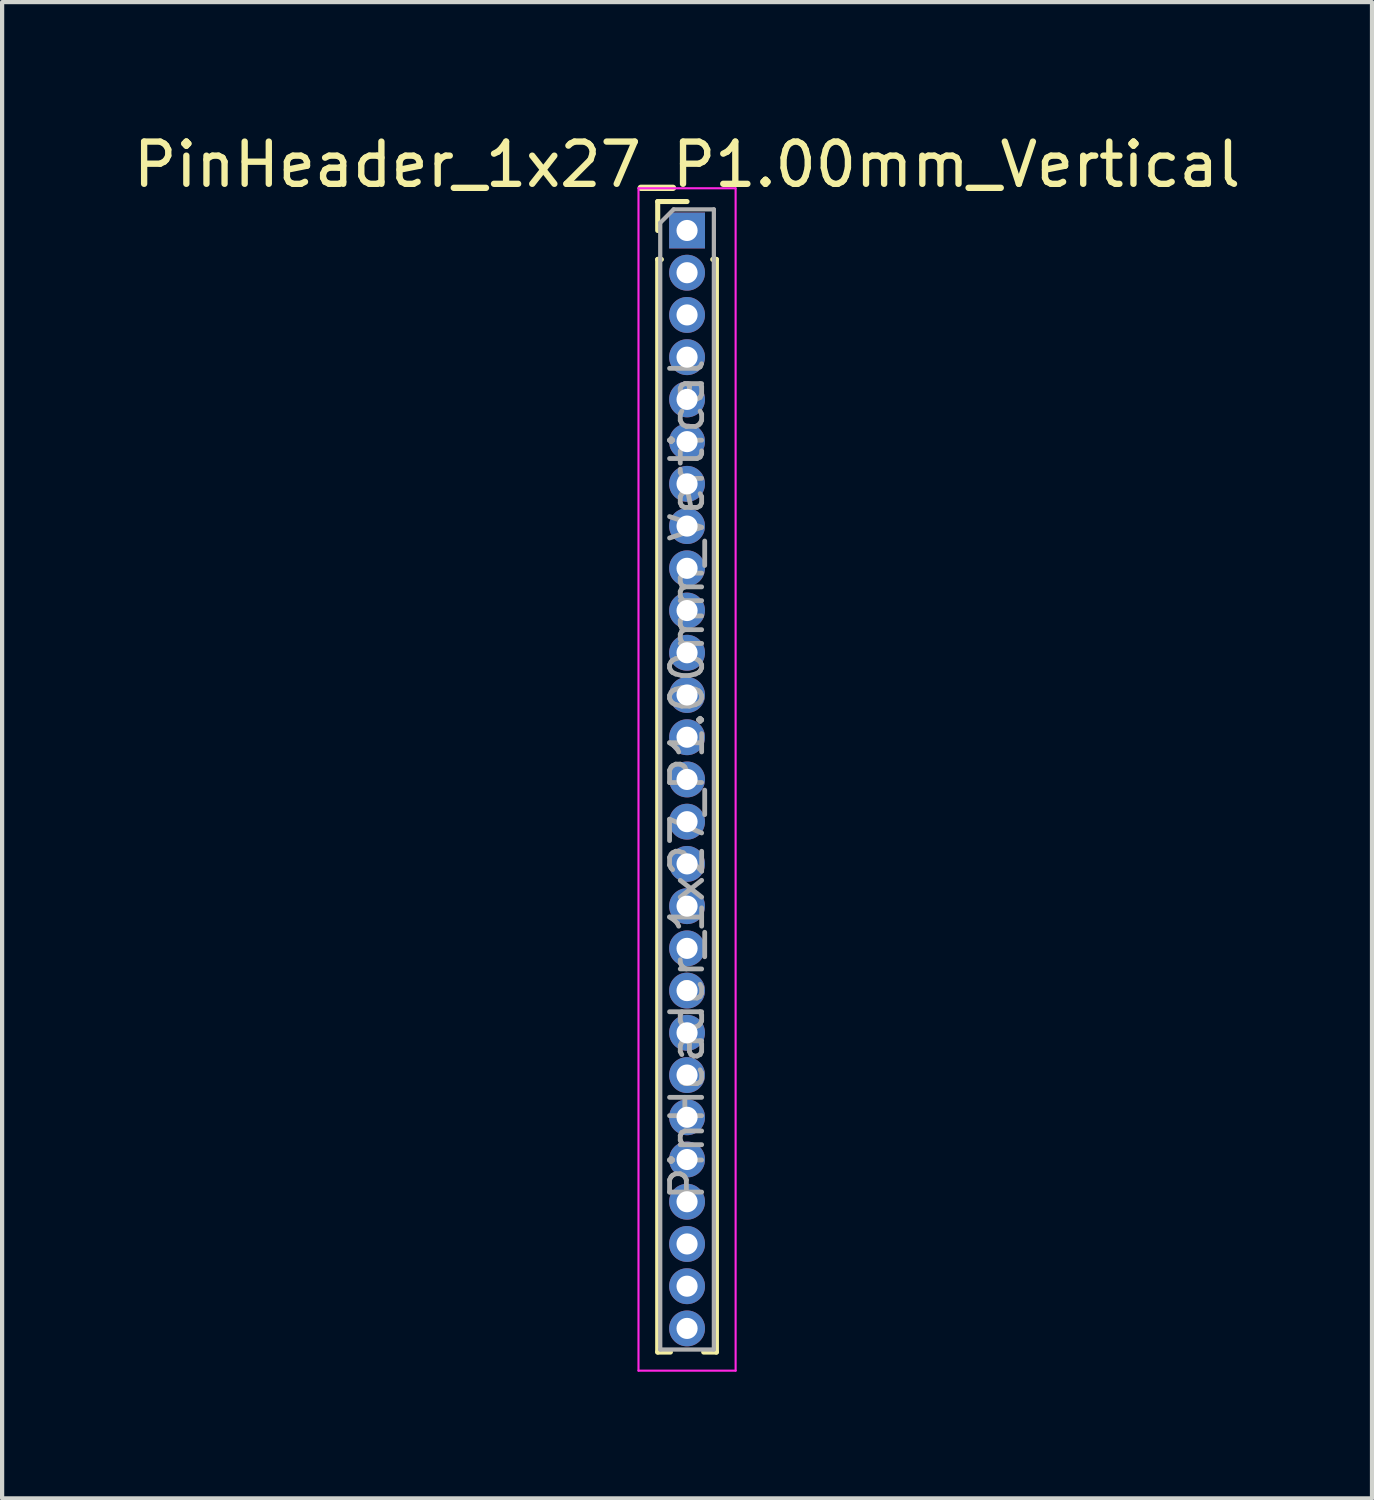
<source format=kicad_pcb>
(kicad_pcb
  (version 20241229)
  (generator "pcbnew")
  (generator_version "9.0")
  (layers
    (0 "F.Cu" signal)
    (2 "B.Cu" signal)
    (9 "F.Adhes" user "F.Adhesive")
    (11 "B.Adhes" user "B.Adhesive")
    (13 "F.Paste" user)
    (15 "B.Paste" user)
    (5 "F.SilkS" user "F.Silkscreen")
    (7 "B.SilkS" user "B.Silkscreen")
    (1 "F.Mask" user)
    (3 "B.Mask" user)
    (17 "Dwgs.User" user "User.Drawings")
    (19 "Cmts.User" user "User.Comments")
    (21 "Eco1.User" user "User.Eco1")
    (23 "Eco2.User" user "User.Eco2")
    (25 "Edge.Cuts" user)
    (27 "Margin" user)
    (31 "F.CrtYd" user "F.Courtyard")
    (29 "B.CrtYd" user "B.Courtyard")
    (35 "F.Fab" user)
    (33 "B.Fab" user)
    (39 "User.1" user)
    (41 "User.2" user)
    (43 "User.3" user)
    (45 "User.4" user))
  (footprint "PinHeader_1x27_P1.00mm_Vertical"
    (layer "F.Cu")
    (at 13.22 2.408)
    (property "Reference" "PinHeader_1x27_P1.00mm_Vertical" (at 0 -1.56 0) (layer "F.SilkS") (effects (font (size 1 1) (thickness 0.15))))
    (attr through_hole)
    (fp_line (start -0.695 -0.685) (end 0 -0.685) (stroke (width 0.12) (type solid)) (layer "F.SilkS"))
    (fp_line (start -0.695 0) (end -0.695 -0.685) (stroke (width 0.12) (type solid)) (layer "F.SilkS"))
    (fp_line (start -0.695 0.685) (end -0.695 26.56) (stroke (width 0.12) (type solid)) (layer "F.SilkS"))
    (fp_line (start -0.695 0.685) (end -0.608 0.685) (stroke (width 0.12) (type solid)) (layer "F.SilkS"))
    (fp_line (start -0.695 26.56) (end -0.394 26.56) (stroke (width 0.12) (type solid)) (layer "F.SilkS"))
    (fp_line (start 0.394 26.56) (end 0.695 26.56) (stroke (width 0.12) (type solid)) (layer "F.SilkS"))
    (fp_line (start 0.608 0.685) (end 0.695 0.685) (stroke (width 0.12) (type solid)) (layer "F.SilkS"))
    (fp_line (start 0.695 0.685) (end 0.695 26.56) (stroke (width 0.12) (type solid)) (layer "F.SilkS"))
    (fp_line (start -1.15 -1) (end -1.15 27) (stroke (width 0.05) (type solid)) (layer "F.CrtYd"))
    (fp_line (start -1.15 27) (end 1.15 27) (stroke (width 0.05) (type solid)) (layer "F.CrtYd"))
    (fp_line (start 1.15 -1) (end -1.15 -1) (stroke (width 0.05) (type solid)) (layer "F.CrtYd"))
    (fp_line (start 1.15 27) (end 1.15 -1) (stroke (width 0.05) (type solid)) (layer "F.CrtYd"))
    (fp_line (start -0.635 -0.182) (end -0.318 -0.5) (stroke (width 0.1) (type solid)) (layer "F.Fab"))
    (fp_line (start -0.635 26.5) (end -0.635 -0.182) (stroke (width 0.1) (type solid)) (layer "F.Fab"))
    (fp_line (start -0.318 -0.5) (end 0.635 -0.5) (stroke (width 0.1) (type solid)) (layer "F.Fab"))
    (fp_line (start 0.635 -0.5) (end 0.635 26.5) (stroke (width 0.1) (type solid)) (layer "F.Fab"))
    (fp_line (start 0.635 26.5) (end -0.635 26.5) (stroke (width 0.1) (type solid)) (layer "F.Fab"))
    (fp_text user "${REFERENCE}" (at 0 13 90) (layer "F.Fab") (effects (font (size 0.76 0.76) (thickness 0.114))))
    (pad "1" thru_hole rect (at 0 0) (size 0.85 0.85) (drill 0.5) (layers "*.Cu" "*.Mask"))
    (pad "2" thru_hole oval (at 0 1) (size 0.85 0.85) (drill 0.5) (layers "*.Cu" "*.Mask"))
    (pad "3" thru_hole oval (at 0 2) (size 0.85 0.85) (drill 0.5) (layers "*.Cu" "*.Mask"))
    (pad "4" thru_hole oval (at 0 3) (size 0.85 0.85) (drill 0.5) (layers "*.Cu" "*.Mask"))
    (pad "5" thru_hole oval (at 0 4) (size 0.85 0.85) (drill 0.5) (layers "*.Cu" "*.Mask"))
    (pad "6" thru_hole oval (at 0 5) (size 0.85 0.85) (drill 0.5) (layers "*.Cu" "*.Mask"))
    (pad "7" thru_hole oval (at 0 6) (size 0.85 0.85) (drill 0.5) (layers "*.Cu" "*.Mask"))
    (pad "8" thru_hole oval (at 0 7) (size 0.85 0.85) (drill 0.5) (layers "*.Cu" "*.Mask"))
    (pad "9" thru_hole oval (at 0 8) (size 0.85 0.85) (drill 0.5) (layers "*.Cu" "*.Mask"))
    (pad "10" thru_hole oval (at 0 9) (size 0.85 0.85) (drill 0.5) (layers "*.Cu" "*.Mask"))
    (pad "11" thru_hole oval (at 0 10) (size 0.85 0.85) (drill 0.5) (layers "*.Cu" "*.Mask"))
    (pad "12" thru_hole oval (at 0 11) (size 0.85 0.85) (drill 0.5) (layers "*.Cu" "*.Mask"))
    (pad "13" thru_hole oval (at 0 12) (size 0.85 0.85) (drill 0.5) (layers "*.Cu" "*.Mask"))
    (pad "14" thru_hole oval (at 0 13) (size 0.85 0.85) (drill 0.5) (layers "*.Cu" "*.Mask"))
    (pad "15" thru_hole oval (at 0 14) (size 0.85 0.85) (drill 0.5) (layers "*.Cu" "*.Mask"))
    (pad "16" thru_hole oval (at 0 15) (size 0.85 0.85) (drill 0.5) (layers "*.Cu" "*.Mask"))
    (pad "17" thru_hole oval (at 0 16) (size 0.85 0.85) (drill 0.5) (layers "*.Cu" "*.Mask"))
    (pad "18" thru_hole oval (at 0 17) (size 0.85 0.85) (drill 0.5) (layers "*.Cu" "*.Mask"))
    (pad "19" thru_hole oval (at 0 18) (size 0.85 0.85) (drill 0.5) (layers "*.Cu" "*.Mask"))
    (pad "20" thru_hole oval (at 0 19) (size 0.85 0.85) (drill 0.5) (layers "*.Cu" "*.Mask"))
    (pad "21" thru_hole oval (at 0 20) (size 0.85 0.85) (drill 0.5) (layers "*.Cu" "*.Mask"))
    (pad "22" thru_hole oval (at 0 21) (size 0.85 0.85) (drill 0.5) (layers "*.Cu" "*.Mask"))
    (pad "23" thru_hole oval (at 0 22) (size 0.85 0.85) (drill 0.5) (layers "*.Cu" "*.Mask"))
    (pad "24" thru_hole oval (at 0 23) (size 0.85 0.85) (drill 0.5) (layers "*.Cu" "*.Mask"))
    (pad "25" thru_hole oval (at 0 24) (size 0.85 0.85) (drill 0.5) (layers "*.Cu" "*.Mask"))
    (pad "26" thru_hole oval (at 0 25) (size 0.85 0.85) (drill 0.5) (layers "*.Cu" "*.Mask"))
    (pad "27" thru_hole oval (at 0 26) (size 0.85 0.85) (drill 0.5) (layers "*.Cu" "*.Mask")))
  (gr_rect
    (start -3 -3)
    (end 29.44 32.433)
    (stroke (width 0.1) (type default))
    (fill no)
    (layer "Edge.Cuts")))
</source>
